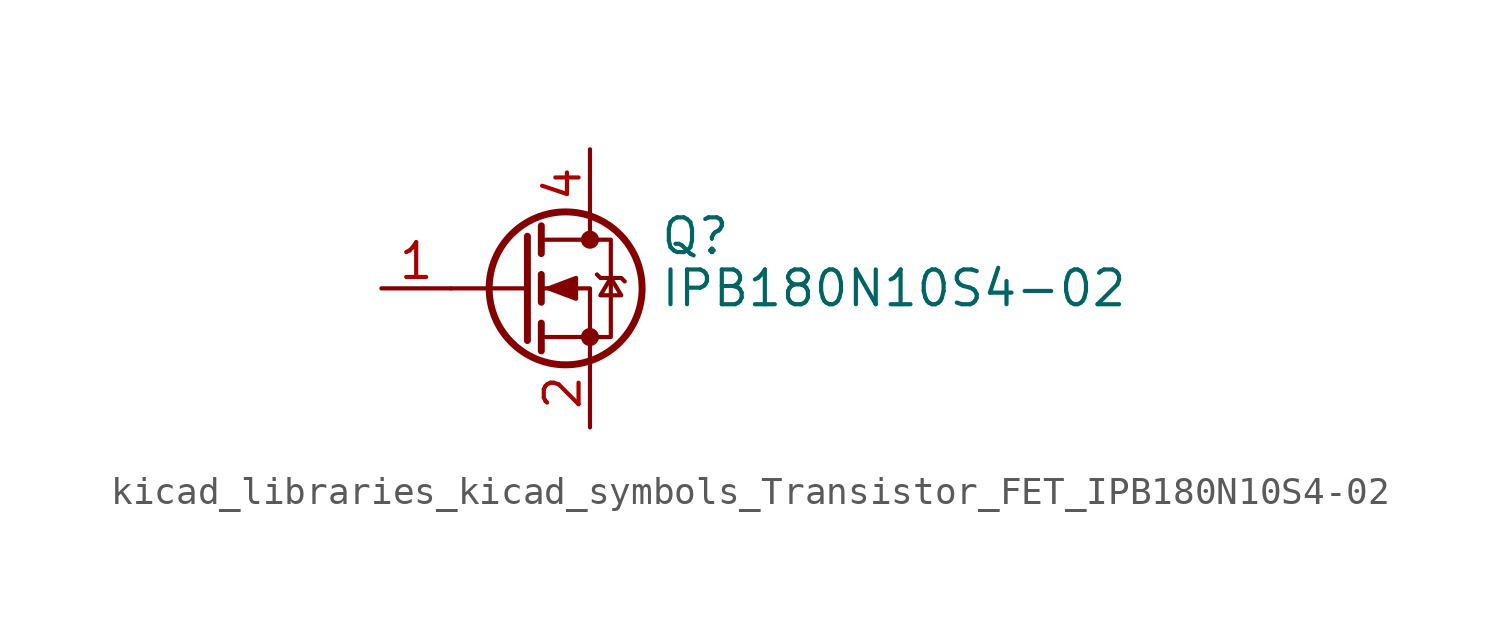
<source format=kicad_sym>
(kicad_symbol_lib
  (version 20220914)
  (generator kicad_symbol_editor)
  (symbol "kicad_libraries_kicad_symbols_Transistor_FET_IPB180N10S4-02"
    (pin_names hide)
    (property "Reference" "Q"
      (at 5.08 1.905 0)
      (effects (font (size 1.27 1.27)) (justify left)))
    (property "Value" "IPB180N10S4-02"
      (at 5.08 0 0)
      (effects (font (size 1.27 1.27)) (justify left)))
    (symbol "kicad_libraries_kicad_symbols_Transistor_FET_IPB180N10S4-02_0_1"
      (polyline (pts (xy 0.254 0) (xy -2.54 0)) (stroke (width 0) (type default)) (fill (type none)))
      (polyline (pts (xy 0.254 1.905) (xy 0.254 -1.905)) (stroke (width 0.254) (type default)) (fill (type none)))
      (polyline (pts (xy 0.762 -1.27) (xy 0.762 -2.286)) (stroke (width 0.254) (type default)) (fill (type none)))
      (polyline (pts (xy 0.762 0.508) (xy 0.762 -0.508)) (stroke (width 0.254) (type default)) (fill (type none)))
      (polyline (pts (xy 0.762 2.286) (xy 0.762 1.27)) (stroke (width 0.254) (type default)) (fill (type none)))
      (polyline (pts (xy 2.54 2.54) (xy 2.54 1.778)) (stroke (width 0) (type default)) (fill (type none)))
      (polyline (pts (xy 2.54 -2.54) (xy 2.54 0) (xy 0.762 0)) (stroke (width 0) (type default)) (fill (type none)))
      (polyline (pts (xy 0.762 -1.778) (xy 3.302 -1.778) (xy 3.302 1.778) (xy 0.762 1.778)) (stroke (width 0) (type default)) (fill (type none)))
      (polyline (pts (xy 1.016 0) (xy 2.032 0.381) (xy 2.032 -0.381) (xy 1.016 0)) (stroke (width 0) (type default)) (fill (type outline)))
      (polyline (pts (xy 2.794 0.508) (xy 2.921 0.381) (xy 3.683 0.381) (xy 3.81 0.254)) (stroke (width 0) (type default)) (fill (type none)))
      (polyline (pts (xy 3.302 0.381) (xy 2.921 -0.254) (xy 3.683 -0.254) (xy 3.302 0.381)) (stroke (width 0) (type default)) (fill (type none)))
      (circle (center 1.651 0) (radius 2.794) (stroke (width 0.254) (type default)) (fill (type none)))
      (circle (center 2.54 -1.778) (radius 0.254) (stroke (width 0) (type default)) (fill (type outline)))
      (circle (center 2.54 1.778) (radius 0.254) (stroke (width 0) (type default)) (fill (type outline))))
    (symbol "kicad_libraries_kicad_symbols_Transistor_FET_IPB180N10S4-02_1_1"
      (pin passive line (at -5.08 0 0) (length 2.54) (name "G" (effects (font (size 1.27 1.27)))) (number "1" (effects (font (size 1.27 1.27)))))
      (pin passive line (at 2.54 -5.08 90) (length 2.54) (name "S" (effects (font (size 1.27 1.27)))) (number "2" (effects (font (size 1.27 1.27)))))
      (pin passive line (at 2.54 -5.08 90) (length 2.54) hide (name "S" (effects (font (size 1.27 1.27)))) (number "3" (effects (font (size 1.27 1.27)))))
      (pin passive line (at 2.54 5.08 270) (length 2.54) (name "D" (effects (font (size 1.27 1.27)))) (number "4" (effects (font (size 1.27 1.27)))))
      (pin passive line (at 2.54 -5.08 90) (length 2.54) hide (name "S" (effects (font (size 1.27 1.27)))) (number "5" (effects (font (size 1.27 1.27)))))
      (pin passive line (at 2.54 -5.08 90) (length 2.54) hide (name "S" (effects (font (size 1.27 1.27)))) (number "6" (effects (font (size 1.27 1.27)))))
      (pin passive line (at 2.54 -5.08 90) (length 2.54) hide (name "S" (effects (font (size 1.27 1.27)))) (number "7" (effects (font (size 1.27 1.27))))))))
</source>
